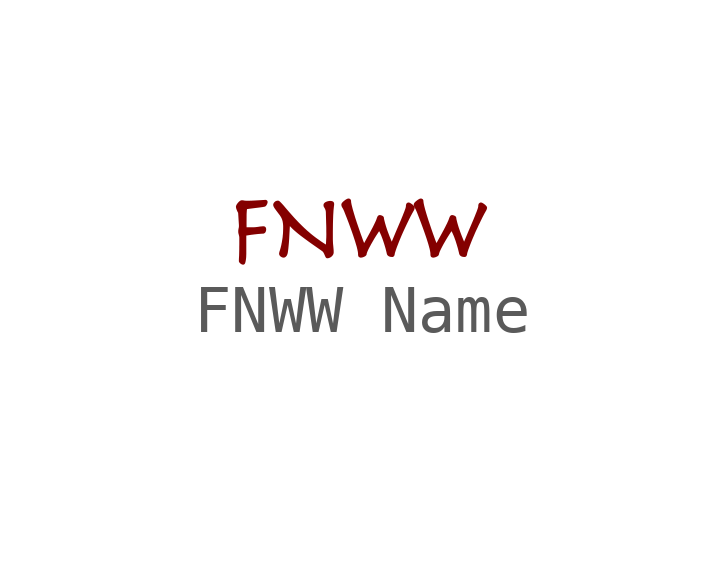
<source format=kicad_sym>
(kicad_symbol_lib
  (version 20241209)
  (generator "kicad_symbol_editor")
  (generator_version "9.0")
  (symbol "FNWW Name"
    (property "Reference" "LOGO"
      (at 0.254 -1.778 0)
      (effects (font (size 1.27 1.27)) (hide yes)))
    (property "ki_locked" ""
      (at 0 0 0)
      (effects (font (size 1.27 1.27))))
    (symbol "FNWW Name_1_0"
      (polyline (pts (xy -1.696 0.733) (xy -1.695 0.733) (xy -1.695 0.733) (xy -1.694 0.733) (xy -1.693 0.733) (xy -1.693 0.732) (xy -1.692 0.732) (xy -1.691 0.732) (xy -1.691 0.732) (xy -1.69 0.731) (xy -1.689 0.731) (xy -1.688 0.731) (xy -1.688 0.73) (xy -1.687 0.73) (xy -1.686 0.73) (xy -1.685 0.729) (xy -1.685 0.729) (xy -1.685 0.729) (xy -1.684 0.728) (xy -1.684 0.728) (xy -1.683 0.728) (xy -1.683 0.727) (xy -1.683 0.727) (xy -1.683 0.727) (xy -1.682 0.726) (xy -1.682 0.726) (xy -1.682 0.726) (xy -1.681 0.725) (xy -1.681 0.725) (xy -1.681 0.724) (xy -1.681 0.724) (xy -1.681 0.723) (xy -1.68 0.723) (xy -1.68 0.722) (xy -1.68 0.722) (xy -1.68 0.721) (xy -1.68 0.721) (xy -1.679 0.72) (xy -1.679 0.719) (xy -1.679 0.718) (xy -1.679 0.716) (xy -1.679 0.715) (xy -1.679 0.714) (xy -1.679 0.713) (xy -1.679 0.712) (xy -1.679 0.711) (xy -1.679 0.71) (xy -1.679 0.709) (xy -1.679 0.708) (xy -1.68 0.707) (xy -1.68 0.706) (xy -1.68 0.705) (xy -1.68 0.704) (xy -1.681 0.702) (xy -1.682 0.699) (xy -1.683 0.696) (xy -1.684 0.693) (xy -1.685 0.69) (xy -1.686 0.688) (xy -1.687 0.685) (xy -1.688 0.682) (xy -1.69 0.679) (xy -1.691 0.676) (xy -1.692 0.674) (xy -1.694 0.671) (xy -1.695 0.669) (xy -1.697 0.666) (xy -1.698 0.664) (xy -1.7 0.661) (xy -1.702 0.659) (xy -1.704 0.657) (xy -1.705 0.654) (xy -1.706 0.653) (xy -1.707 0.652) (xy -1.708 0.651) (xy -1.709 0.651) (xy -1.71 0.65) (xy -1.711 0.649) (xy -1.712 0.648) (xy -1.713 0.647) (xy -1.714 0.647) (xy -1.714 0.646) (xy -1.716 0.646) (xy -1.716 0.645) (xy -1.718 0.645) (xy -1.718 0.644) (xy -1.719 0.644) (xy -1.72 0.644) (xy -1.73 0.642) (xy -1.74 0.64) (xy -1.75 0.638) (xy -1.761 0.636) (xy -1.784 0.633) (xy -1.81 0.629) (xy -1.917 0.616) (xy -2.018 0.603) (xy -2.041 0.6) (xy -2.061 0.597) (xy -2.078 0.595) (xy -2.086 0.593) (xy -2.093 0.592) (xy -2.094 0.591) (xy -2.095 0.591) (xy -2.095 0.591) (xy -2.096 0.59) (xy -2.097 0.59) (xy -2.098 0.589) (xy -2.099 0.589) (xy -2.1 0.588) (xy -2.1 0.588) (xy -2.101 0.587) (xy -2.102 0.586) (xy -2.102 0.585) (xy -2.103 0.585) (xy -2.104 0.584) (xy -2.104 0.583) (xy -2.105 0.582) (xy -2.105 0.581) (xy -2.106 0.58) (xy -2.106 0.578) (xy -2.107 0.576) (xy -2.107 0.575) (xy -2.107 0.573) (xy -2.108 0.57) (xy -2.108 0.568) (xy -2.109 0.565) (xy -2.109 0.562) (xy -2.11 0.556) (xy -2.111 0.549) (xy -2.112 0.541) (xy -2.113 0.527) (xy -2.114 0.512) (xy -2.116 0.48) (xy -2.117 0.447) (xy -2.117 0.41) (xy -2.118 0.26) (xy -2.117 0.162) (xy -1.99 0.162) (xy -1.97 0.162) (xy -1.95 0.162) (xy -1.931 0.163) (xy -1.912 0.164) (xy -1.894 0.166) (xy -1.876 0.168) (xy -1.859 0.17) (xy -1.843 0.172) (xy -1.827 0.175) (xy -1.812 0.177) (xy -1.798 0.179) (xy -1.784 0.18) (xy -1.772 0.181) (xy -1.76 0.182) (xy -1.75 0.183) (xy -1.74 0.183) (xy -1.738 0.183) (xy -1.736 0.183) (xy -1.734 0.182) (xy -1.732 0.182) (xy -1.731 0.182) (xy -1.729 0.182) (xy -1.728 0.181) (xy -1.726 0.181) (xy -1.725 0.18) (xy -1.724 0.179) (xy -1.722 0.179) (xy -1.721 0.178) (xy -1.72 0.177) (xy -1.719 0.176) (xy -1.718 0.175) (xy -1.717 0.174) (xy -1.716 0.173) (xy -1.715 0.172) (xy -1.714 0.171) (xy -1.714 0.169) (xy -1.713 0.168) (xy -1.712 0.166) (xy -1.712 0.165) (xy -1.711 0.163) (xy -1.711 0.162) (xy -1.71 0.16) (xy -1.71 0.158) (xy -1.71 0.156) (xy -1.71 0.154) (xy -1.709 0.152) (xy -1.709 0.15) (xy -1.709 0.148) (xy -1.709 0.144) (xy -1.709 0.14) (xy -1.71 0.137) (xy -1.71 0.133) (xy -1.71 0.13) (xy -1.711 0.127) (xy -1.711 0.123) (xy -1.712 0.12) (xy -1.713 0.117) (xy -1.714 0.115) (xy -1.714 0.112) (xy -1.716 0.109) (xy -1.717 0.107) (xy -1.718 0.104) (xy -1.719 0.102) (xy -1.72 0.1) (xy -1.722 0.097) (xy -1.723 0.096) (xy -1.725 0.094) (xy -1.726 0.092) (xy -1.728 0.09) (xy -1.73 0.089) (xy -1.731 0.088) (xy -1.733 0.086) (xy -1.734 0.086) (xy -1.736 0.085) (xy -1.737 0.084) (xy -1.738 0.084) (xy -1.739 0.084) (xy -1.74 0.083) (xy -1.741 0.083) (xy -1.742 0.083) (xy -1.743 0.083) (xy -1.744 0.082) (xy -1.746 0.082) (xy -1.748 0.082) (xy -1.755 0.082) (xy -1.763 0.082) (xy -1.771 0.081) (xy -1.781 0.081) (xy -1.791 0.08) (xy -1.802 0.079) (xy -1.827 0.077) (xy -1.853 0.075) (xy -1.88 0.072) (xy -1.907 0.069) (xy -1.935 0.066) (xy -1.963 0.062) (xy -1.991 0.059) (xy -2.018 0.055) (xy -2.044 0.051) (xy -2.068 0.047) (xy -2.09 0.044) (xy -2.108 0.041) (xy -2.123 0.038) (xy -2.123 -0.367) (xy -2.125 -0.416) (xy -2.125 -0.424) (xy -2.126 -0.432) (xy -2.126 -0.44) (xy -2.127 -0.449) (xy -2.128 -0.457) (xy -2.129 -0.465) (xy -2.13 -0.473) (xy -2.131 -0.481) (xy -2.132 -0.49) (xy -2.134 -0.497) (xy -2.135 -0.505) (xy -2.136 -0.512) (xy -2.138 -0.52) (xy -2.14 -0.527) (xy -2.141 -0.533) (xy -2.143 -0.54) (xy -2.144 -0.543) (xy -2.145 -0.546) (xy -2.146 -0.548) (xy -2.147 -0.551) (xy -2.148 -0.553) (xy -2.149 -0.555) (xy -2.15 -0.557) (xy -2.151 -0.558) (xy -2.152 -0.56) (xy -2.154 -0.561) (xy -2.155 -0.562) (xy -2.156 -0.563) (xy -2.157 -0.564) (xy -2.159 -0.564) (xy -2.16 -0.565) (xy -2.161 -0.565) (xy -2.162 -0.565) (xy -2.163 -0.565) (xy -2.164 -0.565) (xy -2.166 -0.565) (xy -2.167 -0.564) (xy -2.168 -0.564) (xy -2.169 -0.564) (xy -2.17 -0.564) (xy -2.171 -0.563) (xy -2.173 -0.563) (xy -2.174 -0.562) (xy -2.175 -0.562) (xy -2.176 -0.562) (xy -2.178 -0.561) (xy -2.179 -0.561) (xy -2.181 -0.56) (xy -2.183 -0.559) (xy -2.186 -0.557) (xy -2.189 -0.556) (xy -2.191 -0.554) (xy -2.194 -0.553) (xy -2.196 -0.551) (xy -2.199 -0.549) (xy -2.201 -0.547) (xy -2.204 -0.545) (xy -2.206 -0.543) (xy -2.208 -0.541) (xy -2.21 -0.539) (xy -2.212 -0.537) (xy -2.214 -0.535) (xy -2.216 -0.533) (xy -2.218 -0.531) (xy -2.219 -0.53) (xy -2.22 -0.529) (xy -2.22 -0.528) (xy -2.221 -0.526) (xy -2.222 -0.525) (xy -2.223 -0.524) (xy -2.223 -0.523) (xy -2.224 -0.522) (xy -2.224 -0.521) (xy -2.224 -0.52) (xy -2.225 -0.518) (xy -2.225 -0.517) (xy -2.225 -0.516) (xy -2.225 -0.515) (xy -2.225 -0.514) (xy -2.225 -0.512) (xy -2.225 -0.502) (xy -2.225 -0.492) (xy -2.224 -0.481) (xy -2.224 -0.469) (xy -2.22 -0.397) (xy -2.217 -0.268) (xy -2.217 -0.223) (xy -2.216 -0.172) (xy -2.216 -0.05) (xy -2.216 -0.042) (xy -2.216 -0.034) (xy -2.216 -0.027) (xy -2.216 -0.02) (xy -2.217 -0.014) (xy -2.217 -0.008) (xy -2.218 -0.002) (xy -2.219 0.003) (xy -2.22 0.007) (xy -2.221 0.012) (xy -2.221 0.017) (xy -2.223 0.021) (xy -2.224 0.025) (xy -2.225 0.03) (xy -2.226 0.034) (xy -2.227 0.038) (xy -2.229 0.045) (xy -2.231 0.053) (xy -2.232 0.057) (xy -2.233 0.06) (xy -2.234 0.064) (xy -2.235 0.068) (xy -2.236 0.071) (xy -2.236 0.075) (xy -2.237 0.079) (xy -2.237 0.083) (xy -2.238 0.088) (xy -2.238 0.092) (xy -2.238 0.097) (xy -2.238 0.102) (xy -2.238 0.109) (xy -2.238 0.117) (xy -2.237 0.124) (xy -2.236 0.132) (xy -2.235 0.139) (xy -2.234 0.146) (xy -2.233 0.153) (xy -2.231 0.16) (xy -2.229 0.167) (xy -2.228 0.173) (xy -2.227 0.181) (xy -2.225 0.188) (xy -2.225 0.196) (xy -2.224 0.203) (xy -2.224 0.211) (xy -2.224 0.22) (xy -2.224 0.223) (xy -2.224 0.227) (xy -2.224 0.237) (xy -2.225 0.25) (xy -2.226 0.265) (xy -2.231 0.341) (xy -2.236 0.426) (xy -2.241 0.499) (xy -2.246 0.507) (xy -2.251 0.515) (xy -2.255 0.523) (xy -2.259 0.531) (xy -2.263 0.54) (xy -2.266 0.548) (xy -2.27 0.556) (xy -2.273 0.564) (xy -2.276 0.573) (xy -2.279 0.58) (xy -2.281 0.588) (xy -2.283 0.595) (xy -2.284 0.601) (xy -2.285 0.604) (xy -2.285 0.607) (xy -2.286 0.61) (xy -2.286 0.613) (xy -2.286 0.616) (xy -2.286 0.619) (xy -2.286 0.62) (xy -2.286 0.621) (xy -2.286 0.623) (xy -2.285 0.624) (xy -2.285 0.626) (xy -2.284 0.627) (xy -2.284 0.629) (xy -2.283 0.63) (xy -2.283 0.632) (xy -2.282 0.634) (xy -2.281 0.636) (xy -2.28 0.638) (xy -2.279 0.64) (xy -2.278 0.642) (xy -2.277 0.644) (xy -2.276 0.647) (xy -2.273 0.651) (xy -2.27 0.656) (xy -2.267 0.66) (xy -2.264 0.665) (xy -2.261 0.669) (xy -2.257 0.674) (xy -2.254 0.678) (xy -2.25 0.683) (xy -2.246 0.687) (xy -2.242 0.691) (xy -2.239 0.695) (xy -2.235 0.699) (xy -2.231 0.703) (xy -2.227 0.706) (xy -2.223 0.709) (xy -2.219 0.713) (xy -2.217 0.714) (xy -2.215 0.716) (xy -2.213 0.717) (xy -2.211 0.718) (xy -2.209 0.719) (xy -2.208 0.72) (xy -2.206 0.721) (xy -2.204 0.722) (xy -2.202 0.723) (xy -2.201 0.723) (xy -2.199 0.724) (xy -2.198 0.724) (xy -2.196 0.725) (xy -2.195 0.725) (xy -2.193 0.725) (xy -2.192 0.725) (xy -2.187 0.725) (xy -2.181 0.725) (xy -2.176 0.725) (xy -2.17 0.724) (xy -2.164 0.723) (xy -2.158 0.723) (xy -2.152 0.722) (xy -2.146 0.72) (xy -2.14 0.719) (xy -2.132 0.718) (xy -2.125 0.717) (xy -2.116 0.717) (xy -2.107 0.716) (xy -2.097 0.716) (xy -2.086 0.716) (xy -2.075 0.716) (xy -2.049 0.716) (xy -2.022 0.716) (xy -1.994 0.717) (xy -1.965 0.718) (xy -1.852 0.724) (xy -1.756 0.73) (xy -1.737 0.731) (xy -1.72 0.732) (xy -1.707 0.733) (xy -1.696 0.733) (xy -1.696 0.733)) (stroke (width 0.053) (type solid)) (fill (type outline)))
      (polyline (pts (xy -1.437 0.717) (xy -1.436 0.717) (xy -1.436 0.717) (xy -1.435 0.717) (xy -1.435 0.717) (xy -1.434 0.717) (xy -1.433 0.717) (xy -1.433 0.717) (xy -1.432 0.717) (xy -1.431 0.716) (xy -1.431 0.716) (xy -1.43 0.716) (xy -1.429 0.716) (xy -1.429 0.715) (xy -1.428 0.715) (xy -1.427 0.715) (xy -1.427 0.714) (xy -1.426 0.714) (xy -1.425 0.713) (xy -1.424 0.712) (xy -1.423 0.712) (xy -1.422 0.711) (xy -1.421 0.71) (xy -1.419 0.709) (xy -1.417 0.706) (xy -1.413 0.704) (xy -1.41 0.701) (xy -1.407 0.697) (xy -1.403 0.693) (xy -1.398 0.689) (xy -1.393 0.684) (xy -1.388 0.679) (xy -1.383 0.673) (xy -1.377 0.667) (xy -1.371 0.66) (xy -1.364 0.653) (xy -1.349 0.636) (xy -1.332 0.617) (xy -1.313 0.594) (xy -1.291 0.568) (xy -1.229 0.496) (xy -1.169 0.428) (xy -1.113 0.365) (xy -1.058 0.307) (xy -1.032 0.279) (xy -1.005 0.252) (xy -0.979 0.226) (xy -0.953 0.2) (xy -0.927 0.175) (xy -0.901 0.15) (xy -0.875 0.127) (xy -0.85 0.103) (xy -0.824 0.081) (xy -0.798 0.059) (xy -0.773 0.037) (xy -0.747 0.016) (xy -0.721 -0.005) (xy -0.695 -0.025) (xy -0.669 -0.045) (xy -0.643 -0.064) (xy -0.616 -0.083) (xy -0.589 -0.102) (xy -0.562 -0.122) (xy -0.533 -0.141) (xy -0.505 -0.16) (xy -0.475 -0.179) (xy -0.415 -0.218) (xy -0.409 -0.143) (xy -0.406 -0.081) (xy -0.403 -0.021) (xy -0.402 0.043) (xy -0.403 0.106) (xy -0.403 0.166) (xy -0.404 0.223) (xy -0.406 0.278) (xy -0.412 0.495) (xy -0.412 0.504) (xy -0.413 0.513) (xy -0.414 0.522) (xy -0.415 0.53) (xy -0.416 0.537) (xy -0.418 0.544) (xy -0.42 0.551) (xy -0.421 0.557) (xy -0.423 0.562) (xy -0.426 0.568) (xy -0.428 0.573) (xy -0.43 0.578) (xy -0.432 0.583) (xy -0.434 0.587) (xy -0.436 0.591) (xy -0.438 0.595) (xy -0.454 0.623) (xy -0.455 0.624) (xy -0.456 0.625) (xy -0.457 0.627) (xy -0.457 0.629) (xy -0.458 0.63) (xy -0.459 0.632) (xy -0.459 0.633) (xy -0.46 0.635) (xy -0.46 0.637) (xy -0.46 0.639) (xy -0.461 0.64) (xy -0.461 0.642) (xy -0.461 0.644) (xy -0.461 0.646) (xy -0.461 0.648) (xy -0.461 0.65) (xy -0.461 0.652) (xy -0.461 0.654) (xy -0.461 0.656) (xy -0.461 0.658) (xy -0.46 0.66) (xy -0.46 0.662) (xy -0.459 0.664) (xy -0.458 0.666) (xy -0.457 0.667) (xy -0.457 0.669) (xy -0.455 0.671) (xy -0.454 0.672) (xy -0.453 0.674) (xy -0.452 0.676) (xy -0.45 0.677) (xy -0.449 0.679) (xy -0.447 0.68) (xy -0.445 0.681) (xy -0.444 0.683) (xy -0.442 0.684) (xy -0.44 0.685) (xy -0.438 0.687) (xy -0.436 0.688) (xy -0.434 0.689) (xy -0.432 0.69) (xy -0.43 0.691) (xy -0.428 0.692) (xy -0.426 0.693) (xy -0.424 0.694) (xy -0.422 0.695) (xy -0.42 0.696) (xy -0.417 0.697) (xy -0.413 0.699) (xy -0.408 0.7) (xy -0.404 0.702) (xy -0.399 0.703) (xy -0.394 0.705) (xy -0.389 0.706) (xy -0.384 0.707) (xy -0.379 0.708) (xy -0.374 0.709) (xy -0.369 0.71) (xy -0.365 0.71) (xy -0.361 0.711) (xy -0.356 0.711) (xy -0.352 0.711) (xy -0.348 0.712) (xy -0.345 0.712) (xy -0.343 0.712) (xy -0.34 0.712) (xy -0.338 0.711) (xy -0.336 0.711) (xy -0.334 0.711) (xy -0.332 0.711) (xy -0.329 0.71) (xy -0.327 0.71) (xy -0.325 0.71) (xy -0.323 0.709) (xy -0.321 0.708) (xy -0.319 0.708) (xy -0.316 0.707) (xy -0.314 0.706) (xy -0.312 0.706) (xy -0.31 0.705) (xy -0.309 0.704) (xy -0.307 0.704) (xy -0.306 0.703) (xy -0.305 0.703) (xy -0.305 0.702) (xy -0.304 0.702) (xy -0.303 0.701) (xy -0.302 0.7) (xy -0.301 0.7) (xy -0.3 0.699) (xy -0.3 0.698) (xy -0.299 0.697) (xy -0.298 0.696) (xy -0.298 0.695) (xy -0.297 0.695) (xy -0.296 0.694) (xy -0.296 0.693) (xy -0.295 0.691) (xy -0.295 0.69) (xy -0.295 0.689) (xy -0.294 0.688) (xy -0.294 0.687) (xy -0.293 0.686) (xy -0.293 0.684) (xy -0.293 0.683) (xy -0.293 0.682) (xy -0.292 0.68) (xy -0.292 0.679) (xy -0.292 0.677) (xy -0.292 0.676) (xy -0.292 0.673) (xy -0.292 0.669) (xy -0.292 0.664) (xy -0.293 0.66) (xy -0.293 0.654) (xy -0.294 0.649) (xy -0.294 0.643) (xy -0.295 0.637) (xy -0.296 0.63) (xy -0.297 0.623) (xy -0.298 0.614) (xy -0.3 0.593) (xy -0.303 0.566) (xy -0.306 0.534) (xy -0.308 0.496) (xy -0.311 0.451) (xy -0.313 0.399) (xy -0.315 0.339) (xy -0.317 0.27) (xy -0.318 0.189) (xy -0.319 0.098) (xy -0.319 -0.005) (xy -0.319 -0.037) (xy -0.319 -0.067) (xy -0.318 -0.095) (xy -0.317 -0.12) (xy -0.316 -0.144) (xy -0.314 -0.167) (xy -0.312 -0.188) (xy -0.31 -0.207) (xy -0.304 -0.274) (xy -0.303 -0.289) (xy -0.302 -0.303) (xy -0.302 -0.317) (xy -0.302 -0.331) (xy -0.302 -0.334) (xy -0.302 -0.337) (xy -0.302 -0.34) (xy -0.302 -0.343) (xy -0.303 -0.346) (xy -0.303 -0.348) (xy -0.304 -0.351) (xy -0.305 -0.354) (xy -0.306 -0.357) (xy -0.307 -0.36) (xy -0.308 -0.362) (xy -0.309 -0.365) (xy -0.31 -0.367) (xy -0.311 -0.37) (xy -0.313 -0.373) (xy -0.315 -0.375) (xy -0.316 -0.377) (xy -0.318 -0.38) (xy -0.319 -0.382) (xy -0.321 -0.384) (xy -0.323 -0.387) (xy -0.325 -0.389) (xy -0.326 -0.391) (xy -0.328 -0.393) (xy -0.33 -0.395) (xy -0.332 -0.397) (xy -0.334 -0.398) (xy -0.336 -0.4) (xy -0.338 -0.402) (xy -0.34 -0.404) (xy -0.342 -0.405) (xy -0.344 -0.407) (xy -0.346 -0.408) (xy -0.348 -0.41) (xy -0.35 -0.411) (xy -0.352 -0.413) (xy -0.355 -0.414) (xy -0.357 -0.415) (xy -0.359 -0.417) (xy -0.361 -0.418) (xy -0.363 -0.419) (xy -0.365 -0.42) (xy -0.367 -0.421) (xy -0.37 -0.422) (xy -0.372 -0.423) (xy -0.374 -0.424) (xy -0.376 -0.425) (xy -0.378 -0.425) (xy -0.383 -0.427) (xy -0.387 -0.428) (xy -0.391 -0.429) (xy -0.394 -0.43) (xy -0.398 -0.43) (xy -0.401 -0.431) (xy -0.404 -0.431) (xy -0.406 -0.431) (xy -0.407 -0.431) (xy -0.408 -0.431) (xy -0.408 -0.431) (xy -0.409 -0.431) (xy -0.409 -0.431) (xy -0.41 -0.431) (xy -0.411 -0.431) (xy -0.411 -0.43) (xy -0.412 -0.43) (xy -0.412 -0.43) (xy -0.413 -0.43) (xy -0.413 -0.429) (xy -0.414 -0.429) (xy -0.414 -0.428) (xy -0.415 -0.428) (xy -0.416 -0.428) (xy -0.416 -0.427) (xy -0.417 -0.426) (xy -0.417 -0.426) (xy -0.418 -0.425) (xy -0.418 -0.425) (xy -0.419 -0.423) (xy -0.42 -0.422) (xy -0.421 -0.42) (xy -0.422 -0.419) (xy -0.423 -0.417) (xy -0.424 -0.415) (xy -0.441 -0.376) (xy -0.443 -0.37) (xy -0.446 -0.365) (xy -0.448 -0.359) (xy -0.451 -0.353) (xy -0.454 -0.347) (xy -0.457 -0.341) (xy -0.461 -0.335) (xy -0.464 -0.329) (xy -0.466 -0.325) (xy -0.467 -0.322) (xy -0.469 -0.319) (xy -0.471 -0.316) (xy -0.473 -0.314) (xy -0.475 -0.311) (xy -0.478 -0.308) (xy -0.48 -0.305) (xy -0.482 -0.303) (xy -0.485 -0.3) (xy -0.487 -0.298) (xy -0.49 -0.295) (xy -0.493 -0.293) (xy -0.496 -0.29) (xy -0.498 -0.288) (xy -0.501 -0.286) (xy -0.724 -0.13) (xy -0.769 -0.098) (xy -0.811 -0.067) (xy -0.851 -0.038) (xy -0.886 -0.012) (xy -0.919 0.013) (xy -0.95 0.036) (xy -0.978 0.058) (xy -1.003 0.078) (xy -1.026 0.097) (xy -1.048 0.116) (xy -1.068 0.133) (xy -1.087 0.15) (xy -1.105 0.166) (xy -1.121 0.182) (xy -1.129 0.19) (xy -1.137 0.198) (xy -1.144 0.205) (xy -1.152 0.213) (xy -1.166 0.228) (xy -1.18 0.244) (xy -1.195 0.26) (xy -1.209 0.276) (xy -1.212 0.253) (xy -1.214 0.226) (xy -1.216 0.195) (xy -1.218 0.16) (xy -1.227 -0.0002) (xy -1.229 -0.043) (xy -1.232 -0.087) (xy -1.235 -0.13) (xy -1.239 -0.174) (xy -1.243 -0.216) (xy -1.247 -0.256) (xy -1.252 -0.294) (xy -1.257 -0.331) (xy -1.258 -0.336) (xy -1.259 -0.341) (xy -1.26 -0.346) (xy -1.262 -0.351) (xy -1.263 -0.356) (xy -1.264 -0.361) (xy -1.266 -0.365) (xy -1.268 -0.369) (xy -1.269 -0.373) (xy -1.271 -0.377) (xy -1.273 -0.381) (xy -1.274 -0.384) (xy -1.276 -0.388) (xy -1.278 -0.391) (xy -1.28 -0.394) (xy -1.283 -0.396) (xy -1.285 -0.399) (xy -1.287 -0.401) (xy -1.289 -0.404) (xy -1.292 -0.406) (xy -1.294 -0.408) (xy -1.296 -0.409) (xy -1.298 -0.411) (xy -1.301 -0.412) (xy -1.303 -0.413) (xy -1.305 -0.415) (xy -1.308 -0.415) (xy -1.31 -0.416) (xy -1.312 -0.417) (xy -1.315 -0.417) (xy -1.317 -0.417) (xy -1.319 -0.418) (xy -1.32 -0.418) (xy -1.321 -0.418) (xy -1.323 -0.417) (xy -1.324 -0.417) (xy -1.325 -0.417) (xy -1.326 -0.417) (xy -1.327 -0.417) (xy -1.328 -0.417) (xy -1.331 -0.416) (xy -1.334 -0.415) (xy -1.336 -0.415) (xy -1.339 -0.414) (xy -1.341 -0.413) (xy -1.342 -0.413) (xy -1.344 -0.412) (xy -1.345 -0.412) (xy -1.347 -0.411) (xy -1.348 -0.41) (xy -1.35 -0.41) (xy -1.351 -0.409) (xy -1.352 -0.408) (xy -1.354 -0.407) (xy -1.355 -0.407) (xy -1.356 -0.406) (xy -1.358 -0.405) (xy -1.359 -0.404) (xy -1.36 -0.403) (xy -1.362 -0.402) (xy -1.363 -0.401) (xy -1.364 -0.4) (xy -1.365 -0.399) (xy -1.367 -0.398) (xy -1.368 -0.397) (xy -1.369 -0.396) (xy -1.37 -0.395) (xy -1.371 -0.394) (xy -1.372 -0.393) (xy -1.373 -0.392) (xy -1.375 -0.391) (xy -1.375 -0.389) (xy -1.377 -0.388) (xy -1.377 -0.387) (xy -1.378 -0.386) (xy -1.379 -0.385) (xy -1.38 -0.384) (xy -1.381 -0.382) (xy -1.382 -0.381) (xy -1.383 -0.38) (xy -1.383 -0.379) (xy -1.384 -0.377) (xy -1.384 -0.376) (xy -1.385 -0.374) (xy -1.385 -0.373) (xy -1.385 -0.372) (xy -1.386 -0.37) (xy -1.386 -0.369) (xy -1.386 -0.368) (xy -1.386 -0.366) (xy -1.387 -0.365) (xy -1.387 -0.363) (xy -1.387 -0.361) (xy -1.386 -0.358) (xy -1.386 -0.355) (xy -1.386 -0.352) (xy -1.385 -0.349) (xy -1.385 -0.346) (xy -1.384 -0.343) (xy -1.383 -0.339) (xy -1.381 -0.331) (xy -1.379 -0.323) (xy -1.376 -0.314) (xy -1.373 -0.304) (xy -1.369 -0.294) (xy -1.366 -0.283) (xy -1.363 -0.271) (xy -1.359 -0.258) (xy -1.355 -0.244) (xy -1.352 -0.23) (xy -1.348 -0.214) (xy -1.344 -0.198) (xy -1.34 -0.181) (xy -1.337 -0.163) (xy -1.333 -0.144) (xy -1.329 -0.124) (xy -1.326 -0.103) (xy -1.322 -0.081) (xy -1.315 -0.035) (xy -1.312 -0.011) (xy -1.31 0.015) (xy -1.307 0.042) (xy -1.305 0.069) (xy -1.304 0.098) (xy -1.303 0.128) (xy -1.302 0.159) (xy -1.302 0.191) (xy -1.302 0.213) (xy -1.303 0.235) (xy -1.305 0.256) (xy -1.307 0.276) (xy -1.31 0.295) (xy -1.313 0.313) (xy -1.317 0.33) (xy -1.322 0.346) (xy -1.324 0.354) (xy -1.327 0.362) (xy -1.33 0.37) (xy -1.333 0.378) (xy -1.337 0.386) (xy -1.341 0.393) (xy -1.344 0.401) (xy -1.348 0.409) (xy -1.353 0.416) (xy -1.357 0.424) (xy -1.362 0.432) (xy -1.367 0.439) (xy -1.372 0.447) (xy -1.377 0.455) (xy -1.382 0.462) (xy -1.388 0.469) (xy -1.452 0.554) (xy -1.463 0.569) (xy -1.473 0.583) (xy -1.478 0.589) (xy -1.482 0.595) (xy -1.485 0.601) (xy -1.489 0.606) (xy -1.492 0.611) (xy -1.495 0.616) (xy -1.497 0.62) (xy -1.499 0.624) (xy -1.501 0.628) (xy -1.503 0.631) (xy -1.504 0.634) (xy -1.506 0.637) (xy -1.506 0.64) (xy -1.507 0.642) (xy -1.508 0.644) (xy -1.508 0.645) (xy -1.508 0.646) (xy -1.508 0.647) (xy -1.509 0.649) (xy -1.509 0.65) (xy -1.509 0.651) (xy -1.509 0.652) (xy -1.509 0.654) (xy -1.51 0.655) (xy -1.51 0.656) (xy -1.51 0.657) (xy -1.509 0.66) (xy -1.509 0.662) (xy -1.509 0.664) (xy -1.508 0.666) (xy -1.508 0.669) (xy -1.507 0.671) (xy -1.506 0.673) (xy -1.504 0.676) (xy -1.503 0.678) (xy -1.501 0.681) (xy -1.5 0.683) (xy -1.498 0.686) (xy -1.496 0.688) (xy -1.494 0.691) (xy -1.491 0.694) (xy -1.489 0.696) (xy -1.486 0.699) (xy -1.483 0.701) (xy -1.481 0.703) (xy -1.478 0.706) (xy -1.475 0.707) (xy -1.472 0.709) (xy -1.469 0.711) (xy -1.466 0.712) (xy -1.462 0.713) (xy -1.459 0.715) (xy -1.456 0.715) (xy -1.452 0.716) (xy -1.449 0.717) (xy -1.445 0.717) (xy -1.441 0.717) (xy -1.438 0.717) (xy -1.437 0.717)) (stroke (width 0.053) (type solid)) (fill (type outline)))
      (polyline (pts (xy 0.034 0.762) (xy 0.036 0.762) (xy 0.037 0.762) (xy 0.039 0.761) (xy 0.041 0.761) (xy 0.042 0.761) (xy 0.043 0.76) (xy 0.045 0.76) (xy 0.046 0.759) (xy 0.047 0.759) (xy 0.049 0.758) (xy 0.05 0.757) (xy 0.051 0.757) (xy 0.052 0.756) (xy 0.053 0.755) (xy 0.054 0.754) (xy 0.055 0.753) (xy 0.056 0.752) (xy 0.056 0.75) (xy 0.057 0.749) (xy 0.058 0.748) (xy 0.058 0.746) (xy 0.059 0.745) (xy 0.059 0.744) (xy 0.06 0.742) (xy 0.06 0.74) (xy 0.06 0.739) (xy 0.06 0.737) (xy 0.061 0.735) (xy 0.061 0.733) (xy 0.061 0.731) (xy 0.061 0.729) (xy 0.061 0.725) (xy 0.061 0.721) (xy 0.062 0.712) (xy 0.063 0.702) (xy 0.065 0.69) (xy 0.068 0.677) (xy 0.07 0.663) (xy 0.074 0.647) (xy 0.078 0.63) (xy 0.087 0.594) (xy 0.097 0.555) (xy 0.109 0.514) (xy 0.122 0.469) (xy 0.136 0.423) (xy 0.15 0.376) (xy 0.166 0.328) (xy 0.182 0.278) (xy 0.216 0.179) (xy 0.249 0.083) (xy 0.265 0.037) (xy 0.281 -0.006) (xy 0.296 -0.048) (xy 0.31 -0.087) (xy 0.324 -0.123) (xy 0.336 -0.154) (xy 0.347 -0.181) (xy 0.357 -0.203) (xy 0.359 -0.197) (xy 0.363 -0.19) (xy 0.371 -0.175) (xy 0.38 -0.157) (xy 0.391 -0.138) (xy 0.443 -0.044) (xy 0.504 0.067) (xy 0.519 0.096) (xy 0.534 0.124) (xy 0.549 0.152) (xy 0.564 0.18) (xy 0.577 0.207) (xy 0.59 0.233) (xy 0.602 0.258) (xy 0.614 0.283) (xy 0.619 0.294) (xy 0.624 0.305) (xy 0.629 0.316) (xy 0.633 0.326) (xy 0.637 0.336) (xy 0.64 0.344) (xy 0.643 0.353) (xy 0.646 0.361) (xy 0.649 0.37) (xy 0.652 0.378) (xy 0.655 0.385) (xy 0.657 0.391) (xy 0.66 0.397) (xy 0.662 0.401) (xy 0.664 0.405) (xy 0.665 0.406) (xy 0.666 0.407) (xy 0.667 0.409) (xy 0.669 0.41) (xy 0.67 0.411) (xy 0.671 0.412) (xy 0.672 0.413) (xy 0.673 0.413) (xy 0.674 0.414) (xy 0.675 0.415) (xy 0.676 0.415) (xy 0.678 0.416) (xy 0.679 0.416) (xy 0.68 0.417) (xy 0.682 0.417) (xy 0.683 0.417) (xy 0.684 0.417) (xy 0.686 0.417) (xy 0.686 0.417) (xy 0.687 0.417) (xy 0.688 0.417) (xy 0.688 0.417) (xy 0.69 0.417) (xy 0.692 0.416) (xy 0.694 0.416) (xy 0.696 0.416) (xy 0.698 0.415) (xy 0.701 0.414) (xy 0.703 0.414) (xy 0.706 0.413) (xy 0.709 0.412) (xy 0.711 0.411) (xy 0.714 0.41) (xy 0.716 0.409) (xy 0.718 0.408) (xy 0.721 0.407) (xy 0.722 0.407) (xy 0.723 0.406) (xy 0.724 0.406) (xy 0.726 0.405) (xy 0.727 0.405) (xy 0.728 0.404) (xy 0.729 0.404) (xy 0.73 0.403) (xy 0.731 0.402) (xy 0.732 0.402) (xy 0.733 0.401) (xy 0.734 0.4) (xy 0.735 0.399) (xy 0.736 0.399) (xy 0.737 0.398) (xy 0.738 0.397) (xy 0.739 0.396) (xy 0.739 0.395) (xy 0.74 0.394) (xy 0.741 0.394) (xy 0.741 0.393) (xy 0.742 0.392) (xy 0.743 0.391) (xy 0.743 0.39) (xy 0.743 0.39) (xy 0.744 0.389) (xy 0.744 0.388) (xy 0.744 0.387) (xy 0.745 0.387) (xy 0.745 0.386) (xy 0.745 0.385) (xy 0.745 0.384) (xy 0.745 0.38) (xy 0.746 0.374) (xy 0.746 0.368) (xy 0.748 0.361) (xy 0.751 0.344) (xy 0.756 0.324) (xy 0.762 0.3) (xy 0.769 0.272) (xy 0.778 0.241) (xy 0.788 0.207) (xy 0.8 0.169) (xy 0.813 0.129) (xy 0.829 0.085) (xy 0.847 0.037) (xy 0.866 -0.013) (xy 0.888 -0.067) (xy 0.911 -0.123) (xy 0.936 -0.183) (xy 0.94 -0.172) (xy 0.945 -0.16) (xy 0.949 -0.147) (xy 0.955 -0.134) (xy 0.967 -0.103) (xy 0.981 -0.07) (xy 1.045 0.084) (xy 1.118 0.255) (xy 1.136 0.297) (xy 1.154 0.339) (xy 1.17 0.379) (xy 1.186 0.417) (xy 1.2 0.454) (xy 1.214 0.488) (xy 1.226 0.519) (xy 1.236 0.548) (xy 1.241 0.561) (xy 1.245 0.573) (xy 1.248 0.584) (xy 1.251 0.594) (xy 1.253 0.602) (xy 1.255 0.61) (xy 1.256 0.616) (xy 1.256 0.618) (xy 1.256 0.621) (xy 1.256 0.629) (xy 1.257 0.637) (xy 1.257 0.64) (xy 1.257 0.643) (xy 1.258 0.647) (xy 1.258 0.65) (xy 1.259 0.652) (xy 1.259 0.655) (xy 1.26 0.658) (xy 1.261 0.66) (xy 1.261 0.662) (xy 1.262 0.664) (xy 1.263 0.665) (xy 1.264 0.667) (xy 1.265 0.668) (xy 1.266 0.67) (xy 1.267 0.671) (xy 1.268 0.672) (xy 1.27 0.673) (xy 1.27 0.674) (xy 1.271 0.674) (xy 1.272 0.675) (xy 1.272 0.675) (xy 1.273 0.675) (xy 1.274 0.676) (xy 1.274 0.676) (xy 1.275 0.676) (xy 1.276 0.677) (xy 1.276 0.677) (xy 1.278 0.678) (xy 1.28 0.678) (xy 1.281 0.678) (xy 1.283 0.678) (xy 1.285 0.679) (xy 1.286 0.679) (xy 1.287 0.679) (xy 1.289 0.679) (xy 1.29 0.678) (xy 1.291 0.678) (xy 1.292 0.678) (xy 1.294 0.677) (xy 1.295 0.677) (xy 1.297 0.676) (xy 1.298 0.676) (xy 1.3 0.675) (xy 1.302 0.674) (xy 1.303 0.673) (xy 1.305 0.672) (xy 1.307 0.671) (xy 1.309 0.67) (xy 1.311 0.669) (xy 1.315 0.666) (xy 1.32 0.664) (xy 1.324 0.661) (xy 1.328 0.658) (xy 1.332 0.655) (xy 1.336 0.652) (xy 1.341 0.649) (xy 1.345 0.646) (xy 1.349 0.642) (xy 1.353 0.639) (xy 1.357 0.636) (xy 1.361 0.632) (xy 1.364 0.629) (xy 1.368 0.625) (xy 1.371 0.622) (xy 1.374 0.619) (xy 1.376 0.617) (xy 1.377 0.615) (xy 1.379 0.614) (xy 1.38 0.612) (xy 1.381 0.611) (xy 1.382 0.609) (xy 1.383 0.608) (xy 1.384 0.607) (xy 1.385 0.605) (xy 1.385 0.604) (xy 1.386 0.603) (xy 1.386 0.602) (xy 1.387 0.601) (xy 1.387 0.599) (xy 1.387 0.598) (xy 1.387 0.597) (xy 1.387 0.596) (xy 1.387 0.594) (xy 1.387 0.592) (xy 1.387 0.59) (xy 1.386 0.589) (xy 1.386 0.587) (xy 1.385 0.585) (xy 1.385 0.583) (xy 1.385 0.581) (xy 1.384 0.579) (xy 1.383 0.577) (xy 1.383 0.575) (xy 1.382 0.573) (xy 1.381 0.571) (xy 1.38 0.569) (xy 1.379 0.566) (xy 1.377 0.562) (xy 1.374 0.557) (xy 1.372 0.551) (xy 1.369 0.545) (xy 1.365 0.539) (xy 1.361 0.532) (xy 1.357 0.525) (xy 1.353 0.517) (xy 1.343 0.5) (xy 1.332 0.48) (xy 1.32 0.457) (xy 1.306 0.432) (xy 1.292 0.403) (xy 1.275 0.37) (xy 1.258 0.334) (xy 1.238 0.293) (xy 1.213 0.241) (xy 1.188 0.188) (xy 1.164 0.136) (xy 1.14 0.083) (xy 1.117 0.031) (xy 1.096 -0.019) (xy 1.076 -0.067) (xy 1.057 -0.114) (xy 1.04 -0.158) (xy 1.024 -0.198) (xy 1.01 -0.236) (xy 0.998 -0.27) (xy 0.993 -0.286) (xy 0.988 -0.301) (xy 0.984 -0.314) (xy 0.98 -0.326) (xy 0.977 -0.336) (xy 0.975 -0.345) (xy 0.973 -0.353) (xy 0.972 -0.359) (xy 0.971 -0.365) (xy 0.97 -0.37) (xy 0.969 -0.375) (xy 0.968 -0.379) (xy 0.967 -0.383) (xy 0.966 -0.387) (xy 0.964 -0.39) (xy 0.963 -0.393) (xy 0.961 -0.396) (xy 0.959 -0.398) (xy 0.958 -0.4) (xy 0.956 -0.401) (xy 0.954 -0.402) (xy 0.953 -0.403) (xy 0.952 -0.403) (xy 0.951 -0.403) (xy 0.95 -0.404) (xy 0.949 -0.404) (xy 0.946 -0.404) (xy 0.924 -0.403) (xy 0.921 -0.403) (xy 0.918 -0.402) (xy 0.914 -0.402) (xy 0.911 -0.401) (xy 0.908 -0.4) (xy 0.904 -0.4) (xy 0.901 -0.398) (xy 0.897 -0.397) (xy 0.896 -0.397) (xy 0.894 -0.396) (xy 0.892 -0.395) (xy 0.891 -0.395) (xy 0.889 -0.394) (xy 0.887 -0.393) (xy 0.886 -0.392) (xy 0.884 -0.391) (xy 0.883 -0.39) (xy 0.881 -0.389) (xy 0.88 -0.388) (xy 0.878 -0.387) (xy 0.877 -0.386) (xy 0.875 -0.385) (xy 0.874 -0.384) (xy 0.873 -0.383) (xy 0.871 -0.382) (xy 0.87 -0.38) (xy 0.869 -0.379) (xy 0.868 -0.378) (xy 0.866 -0.376) (xy 0.865 -0.375) (xy 0.864 -0.373) (xy 0.863 -0.372) (xy 0.863 -0.37) (xy 0.862 -0.368) (xy 0.861 -0.367) (xy 0.86 -0.365) (xy 0.86 -0.363) (xy 0.859 -0.361) (xy 0.859 -0.359) (xy 0.858 -0.358) (xy 0.853 -0.334) (xy 0.846 -0.306) (xy 0.838 -0.274) (xy 0.829 -0.239) (xy 0.818 -0.202) (xy 0.807 -0.165) (xy 0.795 -0.127) (xy 0.782 -0.088) (xy 0.769 -0.05) (xy 0.755 -0.013) (xy 0.742 0.022) (xy 0.727 0.056) (xy 0.72 0.072) (xy 0.713 0.087) (xy 0.706 0.101) (xy 0.699 0.114) (xy 0.692 0.126) (xy 0.685 0.136) (xy 0.681 0.141) (xy 0.678 0.145) (xy 0.675 0.15) (xy 0.671 0.154) (xy 0.659 0.136) (xy 0.646 0.116) (xy 0.632 0.095) (xy 0.617 0.072) (xy 0.602 0.049) (xy 0.586 0.025) (xy 0.571 0) (xy 0.555 -0.025) (xy 0.54 -0.051) (xy 0.525 -0.077) (xy 0.51 -0.103) (xy 0.495 -0.129) (xy 0.48 -0.155) (xy 0.467 -0.18) (xy 0.454 -0.204) (xy 0.441 -0.228) (xy 0.43 -0.25) (xy 0.419 -0.272) (xy 0.415 -0.282) (xy 0.41 -0.292) (xy 0.406 -0.302) (xy 0.402 -0.311) (xy 0.399 -0.32) (xy 0.395 -0.329) (xy 0.393 -0.337) (xy 0.39 -0.344) (xy 0.388 -0.351) (xy 0.387 -0.358) (xy 0.386 -0.364) (xy 0.386 -0.366) (xy 0.385 -0.369) (xy 0.385 -0.37) (xy 0.385 -0.372) (xy 0.384 -0.373) (xy 0.384 -0.374) (xy 0.383 -0.375) (xy 0.383 -0.376) (xy 0.382 -0.378) (xy 0.381 -0.379) (xy 0.381 -0.38) (xy 0.38 -0.381) (xy 0.379 -0.382) (xy 0.378 -0.383) (xy 0.376 -0.384) (xy 0.375 -0.385) (xy 0.374 -0.387) (xy 0.372 -0.388) (xy 0.37 -0.39) (xy 0.367 -0.392) (xy 0.364 -0.394) (xy 0.36 -0.396) (xy 0.357 -0.398) (xy 0.353 -0.4) (xy 0.35 -0.401) (xy 0.346 -0.403) (xy 0.342 -0.405) (xy 0.339 -0.406) (xy 0.335 -0.408) (xy 0.331 -0.409) (xy 0.327 -0.41) (xy 0.323 -0.412) (xy 0.319 -0.413) (xy 0.315 -0.414) (xy 0.311 -0.415) (xy 0.307 -0.415) (xy 0.304 -0.416) (xy 0.301 -0.417) (xy 0.298 -0.417) (xy 0.295 -0.417) (xy 0.292 -0.418) (xy 0.289 -0.418) (xy 0.287 -0.418) (xy 0.286 -0.417) (xy 0.284 -0.417) (xy 0.282 -0.417) (xy 0.28 -0.417) (xy 0.279 -0.416) (xy 0.277 -0.416) (xy 0.276 -0.415) (xy 0.274 -0.415) (xy 0.273 -0.414) (xy 0.272 -0.413) (xy 0.27 -0.413) (xy 0.269 -0.412) (xy 0.268 -0.411) (xy 0.267 -0.41) (xy 0.266 -0.409) (xy 0.265 -0.408) (xy 0.265 -0.406) (xy 0.264 -0.405) (xy 0.263 -0.403) (xy 0.263 -0.401) (xy 0.262 -0.399) (xy 0.261 -0.397) (xy 0.261 -0.394) (xy 0.261 -0.391) (xy 0.26 -0.389) (xy 0.26 -0.386) (xy 0.26 -0.382) (xy 0.259 -0.379) (xy 0.259 -0.375) (xy 0.259 -0.371) (xy 0.259 -0.367) (xy 0.259 -0.361) (xy 0.259 -0.354) (xy 0.258 -0.346) (xy 0.257 -0.337) (xy 0.255 -0.327) (xy 0.254 -0.317) (xy 0.252 -0.305) (xy 0.249 -0.293) (xy 0.247 -0.279) (xy 0.243 -0.264) (xy 0.239 -0.247) (xy 0.235 -0.23) (xy 0.23 -0.21) (xy 0.224 -0.189) (xy 0.217 -0.167) (xy 0.21 -0.143) (xy 0.194 -0.089) (xy 0.174 -0.029) (xy 0.152 0.038) (xy 0.126 0.113) (xy 0.096 0.196) (xy 0.062 0.289) (xy 0.023 0.391) (xy -0.021 0.502) (xy -0.027 0.519) (xy -0.034 0.535) (xy -0.04 0.549) (xy -0.046 0.563) (xy -0.052 0.575) (xy -0.058 0.586) (xy -0.063 0.596) (xy -0.068 0.604) (xy -0.071 0.608) (xy -0.073 0.612) (xy -0.075 0.616) (xy -0.077 0.62) (xy -0.079 0.623) (xy -0.081 0.627) (xy -0.083 0.631) (xy -0.084 0.634) (xy -0.085 0.638) (xy -0.086 0.641) (xy -0.087 0.645) (xy -0.088 0.648) (xy -0.088 0.652) (xy -0.089 0.655) (xy -0.089 0.658) (xy -0.089 0.661) (xy -0.089 0.663) (xy -0.089 0.664) (xy -0.089 0.666) (xy -0.088 0.667) (xy -0.088 0.669) (xy -0.087 0.671) (xy -0.086 0.672) (xy -0.085 0.674) (xy -0.084 0.676) (xy -0.083 0.678) (xy -0.082 0.679) (xy -0.081 0.681) (xy -0.079 0.683) (xy -0.078 0.685) (xy -0.076 0.687) (xy -0.074 0.689) (xy -0.07 0.694) (xy -0.066 0.698) (xy -0.062 0.702) (xy -0.057 0.706) (xy -0.053 0.71) (xy -0.048 0.714) (xy -0.043 0.718) (xy -0.038 0.722) (xy -0.033 0.726) (xy -0.028 0.73) (xy -0.023 0.734) (xy -0.018 0.738) (xy -0.012 0.741) (xy -0.007 0.744) (xy -0.002 0.747) (xy 0.003 0.75) (xy 0.007 0.753) (xy 0.012 0.755) (xy 0.014 0.756) (xy 0.016 0.757) (xy 0.018 0.758) (xy 0.02 0.759) (xy 0.022 0.76) (xy 0.024 0.76) (xy 0.025 0.761) (xy 0.027 0.761) (xy 0.028 0.762) (xy 0.03 0.762) (xy 0.031 0.762) (xy 0.032 0.762) (xy 0.034 0.762)) (stroke (width 0.053) (type solid)) (fill (type outline)))
      (polyline (pts (xy 1.542 0.762) (xy 1.544 0.762) (xy 1.546 0.762) (xy 1.547 0.761) (xy 1.549 0.761) (xy 1.55 0.761) (xy 1.552 0.76) (xy 1.553 0.76) (xy 1.554 0.759) (xy 1.556 0.759) (xy 1.557 0.758) (xy 1.558 0.757) (xy 1.559 0.757) (xy 1.56 0.756) (xy 1.561 0.755) (xy 1.562 0.754) (xy 1.563 0.753) (xy 1.564 0.752) (xy 1.565 0.75) (xy 1.565 0.749) (xy 1.566 0.748) (xy 1.566 0.746) (xy 1.567 0.745) (xy 1.567 0.744) (xy 1.568 0.742) (xy 1.568 0.74) (xy 1.569 0.739) (xy 1.569 0.737) (xy 1.569 0.735) (xy 1.569 0.733) (xy 1.569 0.731) (xy 1.569 0.729) (xy 1.569 0.725) (xy 1.569 0.721) (xy 1.57 0.712) (xy 1.572 0.702) (xy 1.573 0.69) (xy 1.576 0.677) (xy 1.579 0.663) (xy 1.582 0.647) (xy 1.586 0.63) (xy 1.595 0.594) (xy 1.605 0.555) (xy 1.617 0.514) (xy 1.63 0.469) (xy 1.644 0.423) (xy 1.659 0.376) (xy 1.674 0.328) (xy 1.691 0.278) (xy 1.724 0.179) (xy 1.757 0.083) (xy 1.773 0.037) (xy 1.789 -0.006) (xy 1.804 -0.048) (xy 1.818 -0.087) (xy 1.832 -0.123) (xy 1.844 -0.154) (xy 1.855 -0.181) (xy 1.865 -0.203) (xy 1.868 -0.197) (xy 1.871 -0.19) (xy 1.879 -0.175) (xy 1.888 -0.157) (xy 1.899 -0.138) (xy 1.951 -0.044) (xy 2.012 0.067) (xy 2.027 0.096) (xy 2.043 0.124) (xy 2.057 0.152) (xy 2.072 0.18) (xy 2.085 0.207) (xy 2.098 0.233) (xy 2.111 0.258) (xy 2.122 0.283) (xy 2.127 0.294) (xy 2.132 0.305) (xy 2.137 0.316) (xy 2.141 0.326) (xy 2.145 0.336) (xy 2.148 0.344) (xy 2.151 0.353) (xy 2.154 0.361) (xy 2.157 0.37) (xy 2.16 0.378) (xy 2.163 0.385) (xy 2.166 0.391) (xy 2.168 0.397) (xy 2.17 0.401) (xy 2.173 0.405) (xy 2.174 0.406) (xy 2.175 0.407) (xy 2.176 0.409) (xy 2.177 0.41) (xy 2.178 0.411) (xy 2.179 0.412) (xy 2.18 0.413) (xy 2.181 0.413) (xy 2.182 0.414) (xy 2.183 0.415) (xy 2.185 0.415) (xy 2.186 0.416) (xy 2.187 0.416) (xy 2.188 0.417) (xy 2.19 0.417) (xy 2.191 0.417) (xy 2.192 0.417) (xy 2.194 0.417) (xy 2.195 0.417) (xy 2.195 0.417) (xy 2.196 0.417) (xy 2.197 0.417) (xy 2.198 0.417) (xy 2.2 0.416) (xy 2.202 0.416) (xy 2.204 0.416) (xy 2.207 0.415) (xy 2.209 0.414) (xy 2.212 0.414) (xy 2.214 0.413) (xy 2.217 0.412) (xy 2.219 0.411) (xy 2.222 0.41) (xy 2.224 0.409) (xy 2.227 0.408) (xy 2.229 0.407) (xy 2.23 0.407) (xy 2.231 0.406) (xy 2.233 0.406) (xy 2.234 0.405) (xy 2.235 0.405) (xy 2.236 0.404) (xy 2.237 0.404) (xy 2.238 0.403) (xy 2.239 0.402) (xy 2.24 0.402) (xy 2.241 0.401) (xy 2.242 0.4) (xy 2.243 0.399) (xy 2.244 0.399) (xy 2.245 0.398) (xy 2.246 0.397) (xy 2.247 0.396) (xy 2.248 0.395) (xy 2.248 0.394) (xy 2.249 0.394) (xy 2.25 0.393) (xy 2.25 0.392) (xy 2.251 0.391) (xy 2.251 0.39) (xy 2.252 0.39) (xy 2.252 0.389) (xy 2.252 0.388) (xy 2.253 0.387) (xy 2.253 0.387) (xy 2.253 0.386) (xy 2.253 0.385) (xy 2.253 0.384) (xy 2.253 0.38) (xy 2.254 0.374) (xy 2.255 0.368) (xy 2.256 0.361) (xy 2.259 0.344) (xy 2.264 0.324) (xy 2.27 0.3) (xy 2.277 0.272) (xy 2.286 0.241) (xy 2.296 0.207) (xy 2.308 0.169) (xy 2.322 0.129) (xy 2.337 0.085) (xy 2.355 0.037) (xy 2.374 -0.013) (xy 2.396 -0.067) (xy 2.419 -0.123) (xy 2.445 -0.183) (xy 2.449 -0.172) (xy 2.453 -0.16) (xy 2.458 -0.147) (xy 2.463 -0.134) (xy 2.475 -0.103) (xy 2.489 -0.07) (xy 2.553 0.084) (xy 2.626 0.255) (xy 2.644 0.297) (xy 2.662 0.339) (xy 2.678 0.379) (xy 2.694 0.417) (xy 2.708 0.454) (xy 2.722 0.488) (xy 2.734 0.519) (xy 2.744 0.548) (xy 2.749 0.561) (xy 2.753 0.573) (xy 2.756 0.584) (xy 2.759 0.594) (xy 2.761 0.602) (xy 2.763 0.61) (xy 2.764 0.616) (xy 2.764 0.618) (xy 2.764 0.621) (xy 2.764 0.629) (xy 2.765 0.637) (xy 2.765 0.64) (xy 2.765 0.643) (xy 2.766 0.647) (xy 2.766 0.65) (xy 2.767 0.652) (xy 2.767 0.655) (xy 2.768 0.658) (xy 2.769 0.66) (xy 2.769 0.662) (xy 2.77 0.664) (xy 2.771 0.665) (xy 2.772 0.667) (xy 2.773 0.668) (xy 2.774 0.67) (xy 2.776 0.671) (xy 2.777 0.672) (xy 2.778 0.673) (xy 2.779 0.674) (xy 2.779 0.674) (xy 2.78 0.675) (xy 2.78 0.675) (xy 2.781 0.675) (xy 2.782 0.676) (xy 2.783 0.676) (xy 2.783 0.676) (xy 2.784 0.677) (xy 2.785 0.677) (xy 2.786 0.678) (xy 2.788 0.678) (xy 2.789 0.678) (xy 2.791 0.678) (xy 2.793 0.679) (xy 2.795 0.679) (xy 2.796 0.679) (xy 2.797 0.679) (xy 2.798 0.678) (xy 2.799 0.678) (xy 2.8 0.678) (xy 2.802 0.677) (xy 2.803 0.677) (xy 2.805 0.676) (xy 2.806 0.676) (xy 2.808 0.675) (xy 2.81 0.674) (xy 2.812 0.673) (xy 2.813 0.672) (xy 2.815 0.671) (xy 2.817 0.67) (xy 2.819 0.669) (xy 2.824 0.666) (xy 2.828 0.664) (xy 2.832 0.661) (xy 2.836 0.658) (xy 2.84 0.655) (xy 2.845 0.652) (xy 2.849 0.649) (xy 2.853 0.646) (xy 2.857 0.642) (xy 2.861 0.639) (xy 2.865 0.636) (xy 2.869 0.632) (xy 2.872 0.629) (xy 2.876 0.625) (xy 2.879 0.622) (xy 2.882 0.619) (xy 2.884 0.617) (xy 2.885 0.615) (xy 2.887 0.614) (xy 2.888 0.612) (xy 2.889 0.611) (xy 2.89 0.609) (xy 2.891 0.608) (xy 2.892 0.607) (xy 2.893 0.605) (xy 2.893 0.604) (xy 2.894 0.603) (xy 2.894 0.602) (xy 2.895 0.601) (xy 2.895 0.599) (xy 2.895 0.598) (xy 2.895 0.597) (xy 2.895 0.596) (xy 2.895 0.594) (xy 2.895 0.592) (xy 2.895 0.59) (xy 2.894 0.589) (xy 2.894 0.587) (xy 2.894 0.585) (xy 2.893 0.583) (xy 2.893 0.581) (xy 2.892 0.579) (xy 2.892 0.577) (xy 2.891 0.575) (xy 2.89 0.573) (xy 2.889 0.571) (xy 2.888 0.569) (xy 2.887 0.566) (xy 2.885 0.562) (xy 2.883 0.557) (xy 2.88 0.551) (xy 2.877 0.545) (xy 2.873 0.539) (xy 2.869 0.532) (xy 2.865 0.525) (xy 2.861 0.517) (xy 2.851 0.5) (xy 2.84 0.48) (xy 2.828 0.457) (xy 2.815 0.432) (xy 2.8 0.403) (xy 2.784 0.37) (xy 2.766 0.334) (xy 2.747 0.293) (xy 2.721 0.241) (xy 2.697 0.188) (xy 2.672 0.136) (xy 2.648 0.083) (xy 2.626 0.031) (xy 2.604 -0.019) (xy 2.584 -0.067) (xy 2.565 -0.114) (xy 2.548 -0.158) (xy 2.533 -0.198) (xy 2.519 -0.236) (xy 2.506 -0.27) (xy 2.501 -0.286) (xy 2.496 -0.301) (xy 2.492 -0.314) (xy 2.488 -0.326) (xy 2.485 -0.336) (xy 2.483 -0.345) (xy 2.481 -0.353) (xy 2.48 -0.359) (xy 2.479 -0.365) (xy 2.478 -0.37) (xy 2.478 -0.375) (xy 2.477 -0.379) (xy 2.475 -0.383) (xy 2.474 -0.387) (xy 2.473 -0.39) (xy 2.471 -0.393) (xy 2.469 -0.396) (xy 2.468 -0.398) (xy 2.466 -0.4) (xy 2.464 -0.401) (xy 2.463 -0.402) (xy 2.462 -0.403) (xy 2.46 -0.403) (xy 2.459 -0.403) (xy 2.458 -0.404) (xy 2.457 -0.404) (xy 2.454 -0.404) (xy 2.433 -0.403) (xy 2.429 -0.403) (xy 2.426 -0.402) (xy 2.423 -0.402) (xy 2.419 -0.401) (xy 2.416 -0.4) (xy 2.412 -0.4) (xy 2.409 -0.398) (xy 2.406 -0.397) (xy 2.404 -0.397) (xy 2.402 -0.396) (xy 2.401 -0.395) (xy 2.399 -0.395) (xy 2.397 -0.394) (xy 2.396 -0.393) (xy 2.394 -0.392) (xy 2.393 -0.391) (xy 2.391 -0.39) (xy 2.39 -0.389) (xy 2.388 -0.388) (xy 2.387 -0.387) (xy 2.385 -0.386) (xy 2.384 -0.385) (xy 2.382 -0.384) (xy 2.381 -0.383) (xy 2.38 -0.382) (xy 2.378 -0.38) (xy 2.377 -0.379) (xy 2.376 -0.378) (xy 2.375 -0.376) (xy 2.374 -0.375) (xy 2.373 -0.373) (xy 2.372 -0.372) (xy 2.371 -0.37) (xy 2.37 -0.368) (xy 2.369 -0.367) (xy 2.369 -0.365) (xy 2.368 -0.363) (xy 2.367 -0.361) (xy 2.367 -0.359) (xy 2.366 -0.358) (xy 2.361 -0.334) (xy 2.354 -0.306) (xy 2.346 -0.274) (xy 2.337 -0.239) (xy 2.326 -0.202) (xy 2.315 -0.165) (xy 2.303 -0.127) (xy 2.291 -0.088) (xy 2.277 -0.05) (xy 2.264 -0.013) (xy 2.25 0.022) (xy 2.235 0.056) (xy 2.228 0.072) (xy 2.221 0.087) (xy 2.214 0.101) (xy 2.207 0.114) (xy 2.2 0.126) (xy 2.193 0.136) (xy 2.19 0.141) (xy 2.186 0.145) (xy 2.183 0.15) (xy 2.179 0.154) (xy 2.167 0.136) (xy 2.154 0.116) (xy 2.14 0.095) (xy 2.125 0.072) (xy 2.11 0.049) (xy 2.095 0.025) (xy 2.079 0) (xy 2.064 -0.025) (xy 2.048 -0.051) (xy 2.033 -0.077) (xy 2.018 -0.103) (xy 2.003 -0.129) (xy 1.988 -0.155) (xy 1.975 -0.18) (xy 1.962 -0.204) (xy 1.95 -0.228) (xy 1.938 -0.25) (xy 1.928 -0.272) (xy 1.923 -0.282) (xy 1.918 -0.292) (xy 1.914 -0.302) (xy 1.91 -0.311) (xy 1.907 -0.32) (xy 1.904 -0.329) (xy 1.901 -0.337) (xy 1.899 -0.344) (xy 1.897 -0.351) (xy 1.895 -0.358) (xy 1.894 -0.364) (xy 1.894 -0.366) (xy 1.893 -0.369) (xy 1.893 -0.37) (xy 1.893 -0.372) (xy 1.893 -0.373) (xy 1.892 -0.374) (xy 1.892 -0.375) (xy 1.891 -0.376) (xy 1.89 -0.378) (xy 1.889 -0.379) (xy 1.889 -0.38) (xy 1.888 -0.381) (xy 1.887 -0.382) (xy 1.886 -0.383) (xy 1.885 -0.384) (xy 1.883 -0.385) (xy 1.882 -0.387) (xy 1.881 -0.388) (xy 1.878 -0.39) (xy 1.875 -0.392) (xy 1.872 -0.394) (xy 1.869 -0.396) (xy 1.865 -0.398) (xy 1.862 -0.4) (xy 1.858 -0.401) (xy 1.854 -0.403) (xy 1.851 -0.405) (xy 1.847 -0.406) (xy 1.843 -0.408) (xy 1.839 -0.409) (xy 1.835 -0.41) (xy 1.831 -0.412) (xy 1.827 -0.413) (xy 1.823 -0.414) (xy 1.819 -0.415) (xy 1.816 -0.415) (xy 1.812 -0.416) (xy 1.809 -0.417) (xy 1.806 -0.417) (xy 1.803 -0.417) (xy 1.8 -0.418) (xy 1.798 -0.418) (xy 1.796 -0.418) (xy 1.794 -0.417) (xy 1.792 -0.417) (xy 1.79 -0.417) (xy 1.788 -0.417) (xy 1.787 -0.416) (xy 1.785 -0.416) (xy 1.784 -0.415) (xy 1.782 -0.415) (xy 1.781 -0.414) (xy 1.78 -0.413) (xy 1.779 -0.413) (xy 1.778 -0.412) (xy 1.776 -0.411) (xy 1.775 -0.41) (xy 1.774 -0.409) (xy 1.774 -0.408) (xy 1.773 -0.406) (xy 1.772 -0.405) (xy 1.771 -0.403) (xy 1.771 -0.401) (xy 1.77 -0.399) (xy 1.77 -0.397) (xy 1.769 -0.394) (xy 1.769 -0.391) (xy 1.768 -0.389) (xy 1.768 -0.386) (xy 1.768 -0.382) (xy 1.768 -0.379) (xy 1.767 -0.375) (xy 1.767 -0.371) (xy 1.767 -0.367) (xy 1.767 -0.361) (xy 1.767 -0.354) (xy 1.766 -0.346) (xy 1.765 -0.337) (xy 1.764 -0.327) (xy 1.762 -0.317) (xy 1.76 -0.305) (xy 1.758 -0.293) (xy 1.755 -0.279) (xy 1.752 -0.264) (xy 1.748 -0.247) (xy 1.743 -0.23) (xy 1.738 -0.21) (xy 1.732 -0.189) (xy 1.726 -0.167) (xy 1.719 -0.143) (xy 1.702 -0.089) (xy 1.683 -0.029) (xy 1.66 0.038) (xy 1.634 0.113) (xy 1.604 0.196) (xy 1.57 0.289) (xy 1.531 0.391) (xy 1.488 0.502) (xy 1.481 0.519) (xy 1.474 0.535) (xy 1.468 0.549) (xy 1.462 0.563) (xy 1.456 0.575) (xy 1.451 0.586) (xy 1.445 0.596) (xy 1.44 0.604) (xy 1.437 0.608) (xy 1.435 0.612) (xy 1.433 0.616) (xy 1.431 0.62) (xy 1.429 0.623) (xy 1.427 0.627) (xy 1.426 0.631) (xy 1.424 0.634) (xy 1.423 0.638) (xy 1.422 0.641) (xy 1.421 0.645) (xy 1.42 0.648) (xy 1.42 0.652) (xy 1.419 0.655) (xy 1.419 0.658) (xy 1.419 0.661) (xy 1.419 0.663) (xy 1.419 0.664) (xy 1.42 0.666) (xy 1.42 0.667) (xy 1.421 0.669) (xy 1.421 0.671) (xy 1.422 0.672) (xy 1.423 0.674) (xy 1.424 0.676) (xy 1.425 0.678) (xy 1.426 0.679) (xy 1.428 0.681) (xy 1.429 0.683) (xy 1.431 0.685) (xy 1.432 0.687) (xy 1.434 0.689) (xy 1.438 0.694) (xy 1.442 0.698) (xy 1.446 0.702) (xy 1.451 0.706) (xy 1.455 0.71) (xy 1.46 0.714) (xy 1.465 0.718) (xy 1.47 0.722) (xy 1.475 0.726) (xy 1.48 0.73) (xy 1.486 0.734) (xy 1.491 0.738) (xy 1.496 0.741) (xy 1.501 0.744) (xy 1.506 0.747) (xy 1.511 0.75) (xy 1.516 0.753) (xy 1.52 0.755) (xy 1.522 0.756) (xy 1.524 0.757) (xy 1.526 0.758) (xy 1.528 0.759) (xy 1.53 0.76) (xy 1.532 0.76) (xy 1.533 0.761) (xy 1.535 0.761) (xy 1.536 0.762) (xy 1.538 0.762) (xy 1.539 0.762) (xy 1.54 0.762) (xy 1.542 0.762)) (stroke (width 0.053) (type solid)) (fill (type outline))))))
</source>
